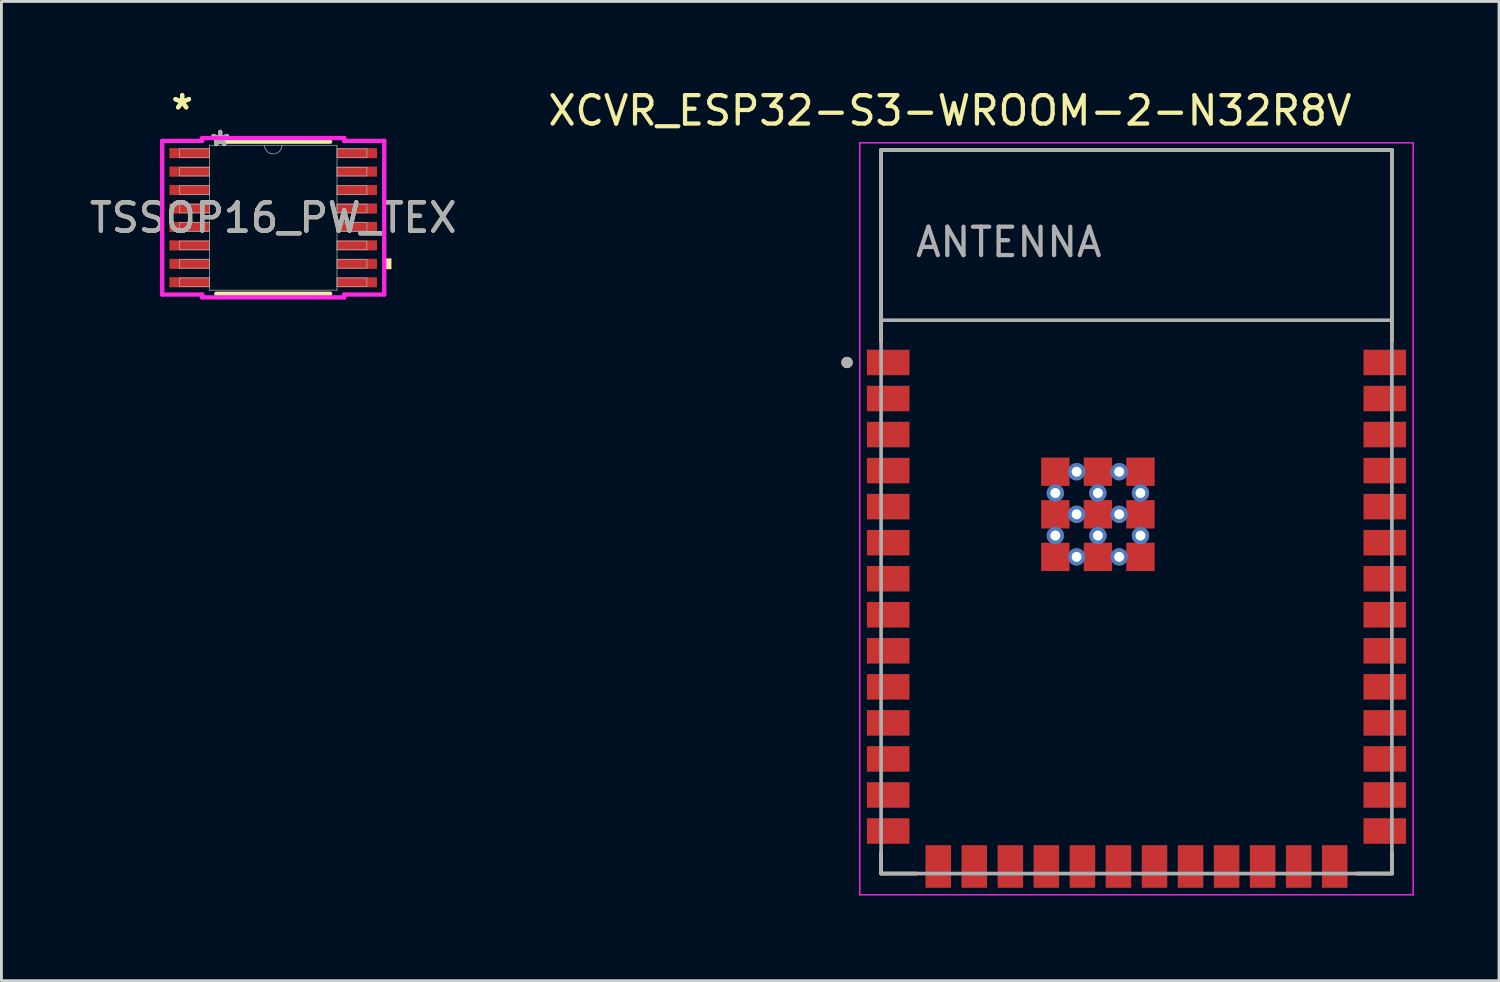
<source format=kicad_pcb>
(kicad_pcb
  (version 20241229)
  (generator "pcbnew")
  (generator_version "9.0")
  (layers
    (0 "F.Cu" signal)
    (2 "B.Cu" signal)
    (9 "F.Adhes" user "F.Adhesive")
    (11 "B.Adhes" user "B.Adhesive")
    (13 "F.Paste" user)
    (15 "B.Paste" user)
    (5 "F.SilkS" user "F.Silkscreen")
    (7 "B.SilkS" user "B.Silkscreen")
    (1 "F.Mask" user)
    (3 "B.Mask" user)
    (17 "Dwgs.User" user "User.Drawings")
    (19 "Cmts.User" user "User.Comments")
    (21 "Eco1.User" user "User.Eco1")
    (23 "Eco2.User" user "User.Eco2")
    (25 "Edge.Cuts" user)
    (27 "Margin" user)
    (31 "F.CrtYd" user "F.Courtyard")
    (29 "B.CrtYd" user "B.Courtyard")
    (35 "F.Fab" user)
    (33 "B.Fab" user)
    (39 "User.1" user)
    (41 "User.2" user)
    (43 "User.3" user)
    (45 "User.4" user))
  (footprint "XCVR_ESP32-S3-WROOM-2-N32R8V"
    (layer "F.Cu")
    (at 36.998 14.983)
    (property "Reference" "XCVR_ESP32-S3-WROOM-2-N32R8V" (at -6.575 -14.135 0) (layer "F.SilkS") (effects (font (size 1 1) (thickness 0.15))))
    (attr smd)
    (fp_line (start -9 -12.75) (end 9 -12.75) (stroke (width 0.127) (type solid)) (layer "F.SilkS"))
    (fp_line (start -9 -6.03) (end -9 -12.75) (stroke (width 0.127) (type solid)) (layer "F.SilkS"))
    (fp_line (start -9 12.02) (end -9 12.75) (stroke (width 0.127) (type solid)) (layer "F.SilkS"))
    (fp_line (start -9 12.75) (end -7.755 12.75) (stroke (width 0.127) (type solid)) (layer "F.SilkS"))
    (fp_line (start 9 -12.75) (end 9 -6.03) (stroke (width 0.127) (type solid)) (layer "F.SilkS"))
    (fp_line (start 9 12.02) (end 9 12.75) (stroke (width 0.127) (type solid)) (layer "F.SilkS"))
    (fp_line (start 9 12.75) (end 7.755 12.75) (stroke (width 0.127) (type solid)) (layer "F.SilkS"))
    (fp_circle (center -10.2 -5.26) (end -10.1 -5.26) (stroke (width 0.2) (type solid)) (fill no) (layer "F.SilkS"))
    (fp_line (start -9.75 -13) (end 9.75 -13) (stroke (width 0.05) (type solid)) (layer "F.CrtYd"))
    (fp_line (start -9.75 13.5) (end -9.75 -13) (stroke (width 0.05) (type solid)) (layer "F.CrtYd"))
    (fp_line (start -9.75 13.5) (end 9.75 13.5) (stroke (width 0.05) (type solid)) (layer "F.CrtYd"))
    (fp_line (start 9.75 -13) (end 9.75 13.5) (stroke (width 0.05) (type solid)) (layer "F.CrtYd"))
    (fp_line (start -9 -12.75) (end 9 -12.75) (stroke (width 0.127) (type solid)) (layer "F.Fab"))
    (fp_line (start -9 -6.75) (end -9 -12.75) (stroke (width 0.127) (type solid)) (layer "F.Fab"))
    (fp_line (start -9 -6.75) (end 9 -6.75) (stroke (width 0.127) (type solid)) (layer "F.Fab"))
    (fp_line (start -9 12.75) (end -9 -6.75) (stroke (width 0.127) (type solid)) (layer "F.Fab"))
    (fp_line (start 9 -12.75) (end 9 -6.75) (stroke (width 0.127) (type solid)) (layer "F.Fab"))
    (fp_line (start 9 -6.75) (end 9 12.75) (stroke (width 0.127) (type solid)) (layer "F.Fab"))
    (fp_line (start 9 12.75) (end -9 12.75) (stroke (width 0.127) (type solid)) (layer "F.Fab"))
    (fp_circle (center -10.2 -5.26) (end -10.1 -5.26) (stroke (width 0.2) (type solid)) (fill no) (layer "F.Fab"))
    (fp_text user "ANTENNA" (at -4.5 -9.5 0) (layer "F.Fab") (effects (font (size 1 1) (thickness 0.15))))
    (pad "1" smd rect (at -8.75 -5.26) (size 1.5 0.9) (layers "F.Cu" "F.Mask" "F.Paste"))
    (pad "2" smd rect (at -8.75 -3.99) (size 1.5 0.9) (layers "F.Cu" "F.Mask" "F.Paste"))
    (pad "3" smd rect (at -8.75 -2.72) (size 1.5 0.9) (layers "F.Cu" "F.Mask" "F.Paste"))
    (pad "4" smd rect (at -8.75 -1.45) (size 1.5 0.9) (layers "F.Cu" "F.Mask" "F.Paste"))
    (pad "5" smd rect (at -8.75 -0.18) (size 1.5 0.9) (layers "F.Cu" "F.Mask" "F.Paste"))
    (pad "6" smd rect (at -8.75 1.09) (size 1.5 0.9) (layers "F.Cu" "F.Mask" "F.Paste"))
    (pad "7" smd rect (at -8.75 2.36) (size 1.5 0.9) (layers "F.Cu" "F.Mask" "F.Paste"))
    (pad "8" smd rect (at -8.75 3.63) (size 1.5 0.9) (layers "F.Cu" "F.Mask" "F.Paste"))
    (pad "9" smd rect (at -8.75 4.9) (size 1.5 0.9) (layers "F.Cu" "F.Mask" "F.Paste"))
    (pad "10" smd rect (at -8.75 6.17) (size 1.5 0.9) (layers "F.Cu" "F.Mask" "F.Paste"))
    (pad "11" smd rect (at -8.75 7.44) (size 1.5 0.9) (layers "F.Cu" "F.Mask" "F.Paste"))
    (pad "12" smd rect (at -8.75 8.71) (size 1.5 0.9) (layers "F.Cu" "F.Mask" "F.Paste"))
    (pad "13" smd rect (at -8.75 9.98) (size 1.5 0.9) (layers "F.Cu" "F.Mask" "F.Paste"))
    (pad "14" smd rect (at -8.75 11.25) (size 1.5 0.9) (layers "F.Cu" "F.Mask" "F.Paste"))
    (pad "15" smd rect (at -6.985 12.5) (size 0.9 1.5) (layers "F.Cu" "F.Mask" "F.Paste"))
    (pad "16" smd rect (at -5.715 12.5) (size 0.9 1.5) (layers "F.Cu" "F.Mask" "F.Paste"))
    (pad "17" smd rect (at -4.445 12.5) (size 0.9 1.5) (layers "F.Cu" "F.Mask" "F.Paste"))
    (pad "18" smd rect (at -3.175 12.5) (size 0.9 1.5) (layers "F.Cu" "F.Mask" "F.Paste"))
    (pad "19" smd rect (at -1.905 12.5) (size 0.9 1.5) (layers "F.Cu" "F.Mask" "F.Paste"))
    (pad "20" smd rect (at -0.635 12.5) (size 0.9 1.5) (layers "F.Cu" "F.Mask" "F.Paste"))
    (pad "21" smd rect (at 0.635 12.5) (size 0.9 1.5) (layers "F.Cu" "F.Mask" "F.Paste"))
    (pad "22" smd rect (at 1.905 12.5) (size 0.9 1.5) (layers "F.Cu" "F.Mask" "F.Paste"))
    (pad "23" smd rect (at 3.175 12.5) (size 0.9 1.5) (layers "F.Cu" "F.Mask" "F.Paste"))
    (pad "24" smd rect (at 4.445 12.5) (size 0.9 1.5) (layers "F.Cu" "F.Mask" "F.Paste"))
    (pad "25" smd rect (at 5.715 12.5) (size 0.9 1.5) (layers "F.Cu" "F.Mask" "F.Paste"))
    (pad "26" smd rect (at 6.985 12.5) (size 0.9 1.5) (layers "F.Cu" "F.Mask" "F.Paste"))
    (pad "27" smd rect (at 8.75 11.25) (size 1.5 0.9) (layers "F.Cu" "F.Mask" "F.Paste"))
    (pad "28" smd rect (at 8.75 9.98) (size 1.5 0.9) (layers "F.Cu" "F.Mask" "F.Paste"))
    (pad "29" smd rect (at 8.75 8.71) (size 1.5 0.9) (layers "F.Cu" "F.Mask" "F.Paste"))
    (pad "30" smd rect (at 8.75 7.44) (size 1.5 0.9) (layers "F.Cu" "F.Mask" "F.Paste"))
    (pad "31" smd rect (at 8.75 6.17) (size 1.5 0.9) (layers "F.Cu" "F.Mask" "F.Paste"))
    (pad "32" smd rect (at 8.75 4.9) (size 1.5 0.9) (layers "F.Cu" "F.Mask" "F.Paste"))
    (pad "33" smd rect (at 8.75 3.63) (size 1.5 0.9) (layers "F.Cu" "F.Mask" "F.Paste"))
    (pad "34" smd rect (at 8.75 2.36) (size 1.5 0.9) (layers "F.Cu" "F.Mask" "F.Paste"))
    (pad "35" smd rect (at 8.75 1.09) (size 1.5 0.9) (layers "F.Cu" "F.Mask" "F.Paste"))
    (pad "36" smd rect (at 8.75 -0.18) (size 1.5 0.9) (layers "F.Cu" "F.Mask" "F.Paste"))
    (pad "37" smd rect (at 8.75 -1.45) (size 1.5 0.9) (layers "F.Cu" "F.Mask" "F.Paste"))
    (pad "38" smd rect (at 8.75 -2.72) (size 1.5 0.9) (layers "F.Cu" "F.Mask" "F.Paste"))
    (pad "39" smd rect (at 8.75 -3.99) (size 1.5 0.9) (layers "F.Cu" "F.Mask" "F.Paste"))
    (pad "40" smd rect (at 8.75 -5.26) (size 1.5 0.9) (layers "F.Cu" "F.Mask" "F.Paste"))
    (pad "41" smd rect (at -2.86 -1.41) (size 1 1) (layers "F.Cu" "F.Mask" "F.Paste"))
    (pad "41" thru_hole circle (at -2.86 -0.66) (size 0.61 0.61) (drill 0.35) (layers "*.Cu"))
    (pad "41" smd rect (at -2.86 0.09) (size 1 1) (layers "F.Cu" "F.Mask" "F.Paste"))
    (pad "41" thru_hole circle (at -2.86 0.84) (size 0.61 0.61) (drill 0.35) (layers "*.Cu"))
    (pad "41" smd rect (at -2.86 1.59) (size 1 1) (layers "F.Cu" "F.Mask" "F.Paste"))
    (pad "41" thru_hole circle (at -2.11 -1.41) (size 0.61 0.61) (drill 0.35) (layers "*.Cu"))
    (pad "41" thru_hole circle (at -2.11 0.09) (size 0.61 0.61) (drill 0.35) (layers "*.Cu"))
    (pad "41" thru_hole circle (at -2.11 1.59) (size 0.61 0.61) (drill 0.35) (layers "*.Cu"))
    (pad "41" smd rect (at -1.36 -1.41) (size 1 1) (layers "F.Cu" "F.Mask" "F.Paste"))
    (pad "41" thru_hole circle (at -1.36 -0.66) (size 0.61 0.61) (drill 0.35) (layers "*.Cu"))
    (pad "41" smd rect (at -1.36 0.09) (size 1 1) (layers "F.Cu" "F.Mask" "F.Paste"))
    (pad "41" thru_hole circle (at -1.36 0.84) (size 0.61 0.61) (drill 0.35) (layers "*.Cu"))
    (pad "41" smd rect (at -1.36 1.59) (size 1 1) (layers "F.Cu" "F.Mask" "F.Paste"))
    (pad "41" thru_hole circle (at -0.61 -1.41) (size 0.61 0.61) (drill 0.35) (layers "*.Cu"))
    (pad "41" thru_hole circle (at -0.61 0.09) (size 0.61 0.61) (drill 0.35) (layers "*.Cu"))
    (pad "41" thru_hole circle (at -0.61 1.59) (size 0.61 0.61) (drill 0.35) (layers "*.Cu"))
    (pad "41" smd rect (at 0.14 -1.41) (size 1 1) (layers "F.Cu" "F.Mask" "F.Paste"))
    (pad "41" thru_hole circle (at 0.14 -0.66) (size 0.61 0.61) (drill 0.35) (layers "*.Cu"))
    (pad "41" smd rect (at 0.14 0.09) (size 1 1) (layers "F.Cu" "F.Mask" "F.Paste"))
    (pad "41" thru_hole circle (at 0.14 0.84) (size 0.61 0.61) (drill 0.35) (layers "*.Cu"))
    (pad "41" smd rect (at 0.14 1.59) (size 1 1) (layers "F.Cu" "F.Mask" "F.Paste"))
    (zone (net_name "") (layer "F.Cu") (hatch full 0.508) (connect_pads) (min_thickness 0.01) (filled_areas_thickness no) (keepout (tracks not_allowed) (vias not_allowed) (pads not_allowed) (copperpour not_allowed) (footprints allowed)) (placement (enabled no)) (fill) (polygon (pts (xy 27.998 2.233) (xy 45.998 2.233) (xy 45.998 8.233) (xy 27.998 8.233))))
    (zone (net_name "") (layers "F.Cu" "B.Cu") (hatch full 0.508) (connect_pads) (min_thickness 0.01) (filled_areas_thickness no) (keepout (tracks allowed) (vias not_allowed) (pads allowed) (copperpour allowed) (footprints allowed)) (placement (enabled no)) (fill) (polygon (pts (xy 27.998 2.233) (xy 45.998 2.233) (xy 45.998 8.233) (xy 27.998 8.233))))
    (zone (net_name "") (layer "B.Cu") (hatch full 0.508) (connect_pads) (min_thickness 0.01) (filled_areas_thickness no) (keepout (tracks not_allowed) (vias not_allowed) (pads not_allowed) (copperpour not_allowed) (footprints allowed)) (placement (enabled no)) (fill) (polygon (pts (xy 27.998 2.233) (xy 45.998 2.233) (xy 45.998 8.233) (xy 27.998 8.233)))))
  (footprint "TSSOP16_PW_TEX"
    (layer "F.Cu")
    (at 6.577 4.622)
    (property "Reference" "TSSOP16_PW_TEX" (at 0 0 0) (unlocked yes) (layer "F.SilkS") (effects (font (size 1 1) (thickness 0.15))))
    (attr smd)
    (fp_line (start -2.005 2.68) (end 2.005 2.68) (stroke (width 0.152) (type solid)) (layer "F.SilkS"))
    (fp_line (start 2.005 -2.68) (end -2.005 -2.68) (stroke (width 0.152) (type solid)) (layer "F.SilkS"))
    (fp_poly (pts (xy 4.166 1.434) (xy 4.166 1.815) (xy 3.912 1.815) (xy 3.912 1.434)) (stroke (width 0) (type solid)) (fill yes) (layer "F.SilkS"))
    (fp_line (start -3.912 -2.707) (end -2.502 -2.707) (stroke (width 0.152) (type solid)) (layer "F.CrtYd"))
    (fp_line (start -3.912 2.707) (end -3.912 -2.707) (stroke (width 0.152) (type solid)) (layer "F.CrtYd"))
    (fp_line (start -3.912 2.707) (end -2.502 2.707) (stroke (width 0.152) (type solid)) (layer "F.CrtYd"))
    (fp_line (start -2.502 -2.807) (end 2.502 -2.807) (stroke (width 0.152) (type solid)) (layer "F.CrtYd"))
    (fp_line (start -2.502 -2.707) (end -2.502 -2.807) (stroke (width 0.152) (type solid)) (layer "F.CrtYd"))
    (fp_line (start -2.502 2.807) (end -2.502 2.707) (stroke (width 0.152) (type solid)) (layer "F.CrtYd"))
    (fp_line (start 2.502 -2.807) (end 2.502 -2.707) (stroke (width 0.152) (type solid)) (layer "F.CrtYd"))
    (fp_line (start 2.502 2.707) (end 2.502 2.807) (stroke (width 0.152) (type solid)) (layer "F.CrtYd"))
    (fp_line (start 2.502 2.807) (end -2.502 2.807) (stroke (width 0.152) (type solid)) (layer "F.CrtYd"))
    (fp_line (start 3.912 -2.707) (end 2.502 -2.707) (stroke (width 0.152) (type solid)) (layer "F.CrtYd"))
    (fp_line (start 3.912 -2.707) (end 3.912 2.707) (stroke (width 0.152) (type solid)) (layer "F.CrtYd"))
    (fp_line (start 3.912 2.707) (end 2.502 2.707) (stroke (width 0.152) (type solid)) (layer "F.CrtYd"))
    (fp_line (start -3.302 -2.427) (end -3.302 -2.123) (stroke (width 0.025) (type solid)) (layer "F.Fab"))
    (fp_line (start -3.302 -2.123) (end -2.248 -2.123) (stroke (width 0.025) (type solid)) (layer "F.Fab"))
    (fp_line (start -3.302 -1.777) (end -3.302 -1.473) (stroke (width 0.025) (type solid)) (layer "F.Fab"))
    (fp_line (start -3.302 -1.473) (end -2.248 -1.473) (stroke (width 0.025) (type solid)) (layer "F.Fab"))
    (fp_line (start -3.302 -1.127) (end -3.302 -0.823) (stroke (width 0.025) (type solid)) (layer "F.Fab"))
    (fp_line (start -3.302 -0.823) (end -2.248 -0.823) (stroke (width 0.025) (type solid)) (layer "F.Fab"))
    (fp_line (start -3.302 -0.477) (end -3.302 -0.173) (stroke (width 0.025) (type solid)) (layer "F.Fab"))
    (fp_line (start -3.302 -0.173) (end -2.248 -0.173) (stroke (width 0.025) (type solid)) (layer "F.Fab"))
    (fp_line (start -3.302 0.173) (end -3.302 0.477) (stroke (width 0.025) (type solid)) (layer "F.Fab"))
    (fp_line (start -3.302 0.477) (end -2.248 0.477) (stroke (width 0.025) (type solid)) (layer "F.Fab"))
    (fp_line (start -3.302 0.823) (end -3.302 1.127) (stroke (width 0.025) (type solid)) (layer "F.Fab"))
    (fp_line (start -3.302 1.127) (end -2.248 1.127) (stroke (width 0.025) (type solid)) (layer "F.Fab"))
    (fp_line (start -3.302 1.473) (end -3.302 1.777) (stroke (width 0.025) (type solid)) (layer "F.Fab"))
    (fp_line (start -3.302 1.777) (end -2.248 1.777) (stroke (width 0.025) (type solid)) (layer "F.Fab"))
    (fp_line (start -3.302 2.123) (end -3.302 2.427) (stroke (width 0.025) (type solid)) (layer "F.Fab"))
    (fp_line (start -3.302 2.427) (end -2.248 2.427) (stroke (width 0.025) (type solid)) (layer "F.Fab"))
    (fp_line (start -2.248 -2.553) (end -2.248 2.553) (stroke (width 0.025) (type solid)) (layer "F.Fab"))
    (fp_line (start -2.248 -2.427) (end -3.302 -2.427) (stroke (width 0.025) (type solid)) (layer "F.Fab"))
    (fp_line (start -2.248 -2.123) (end -2.248 -2.427) (stroke (width 0.025) (type solid)) (layer "F.Fab"))
    (fp_line (start -2.248 -1.777) (end -3.302 -1.777) (stroke (width 0.025) (type solid)) (layer "F.Fab"))
    (fp_line (start -2.248 -1.473) (end -2.248 -1.777) (stroke (width 0.025) (type solid)) (layer "F.Fab"))
    (fp_line (start -2.248 -1.127) (end -3.302 -1.127) (stroke (width 0.025) (type solid)) (layer "F.Fab"))
    (fp_line (start -2.248 -0.823) (end -2.248 -1.127) (stroke (width 0.025) (type solid)) (layer "F.Fab"))
    (fp_line (start -2.248 -0.477) (end -3.302 -0.477) (stroke (width 0.025) (type solid)) (layer "F.Fab"))
    (fp_line (start -2.248 -0.173) (end -2.248 -0.477) (stroke (width 0.025) (type solid)) (layer "F.Fab"))
    (fp_line (start -2.248 0.173) (end -3.302 0.173) (stroke (width 0.025) (type solid)) (layer "F.Fab"))
    (fp_line (start -2.248 0.477) (end -2.248 0.173) (stroke (width 0.025) (type solid)) (layer "F.Fab"))
    (fp_line (start -2.248 0.823) (end -3.302 0.823) (stroke (width 0.025) (type solid)) (layer "F.Fab"))
    (fp_line (start -2.248 1.127) (end -2.248 0.823) (stroke (width 0.025) (type solid)) (layer "F.Fab"))
    (fp_line (start -2.248 1.473) (end -3.302 1.473) (stroke (width 0.025) (type solid)) (layer "F.Fab"))
    (fp_line (start -2.248 1.777) (end -2.248 1.473) (stroke (width 0.025) (type solid)) (layer "F.Fab"))
    (fp_line (start -2.248 2.123) (end -3.302 2.123) (stroke (width 0.025) (type solid)) (layer "F.Fab"))
    (fp_line (start -2.248 2.427) (end -2.248 2.123) (stroke (width 0.025) (type solid)) (layer "F.Fab"))
    (fp_line (start -2.248 2.553) (end 2.248 2.553) (stroke (width 0.025) (type solid)) (layer "F.Fab"))
    (fp_line (start 2.248 -2.553) (end -2.248 -2.553) (stroke (width 0.025) (type solid)) (layer "F.Fab"))
    (fp_line (start 2.248 -2.427) (end 2.248 -2.123) (stroke (width 0.025) (type solid)) (layer "F.Fab"))
    (fp_line (start 2.248 -2.123) (end 3.302 -2.123) (stroke (width 0.025) (type solid)) (layer "F.Fab"))
    (fp_line (start 2.248 -1.777) (end 2.248 -1.473) (stroke (width 0.025) (type solid)) (layer "F.Fab"))
    (fp_line (start 2.248 -1.473) (end 3.302 -1.473) (stroke (width 0.025) (type solid)) (layer "F.Fab"))
    (fp_line (start 2.248 -1.127) (end 2.248 -0.823) (stroke (width 0.025) (type solid)) (layer "F.Fab"))
    (fp_line (start 2.248 -0.823) (end 3.302 -0.823) (stroke (width 0.025) (type solid)) (layer "F.Fab"))
    (fp_line (start 2.248 -0.477) (end 2.248 -0.173) (stroke (width 0.025) (type solid)) (layer "F.Fab"))
    (fp_line (start 2.248 -0.173) (end 3.302 -0.173) (stroke (width 0.025) (type solid)) (layer "F.Fab"))
    (fp_line (start 2.248 0.173) (end 2.248 0.477) (stroke (width 0.025) (type solid)) (layer "F.Fab"))
    (fp_line (start 2.248 0.477) (end 3.302 0.477) (stroke (width 0.025) (type solid)) (layer "F.Fab"))
    (fp_line (start 2.248 0.823) (end 2.248 1.127) (stroke (width 0.025) (type solid)) (layer "F.Fab"))
    (fp_line (start 2.248 1.127) (end 3.302 1.127) (stroke (width 0.025) (type solid)) (layer "F.Fab"))
    (fp_line (start 2.248 1.473) (end 2.248 1.777) (stroke (width 0.025) (type solid)) (layer "F.Fab"))
    (fp_line (start 2.248 1.777) (end 3.302 1.777) (stroke (width 0.025) (type solid)) (layer "F.Fab"))
    (fp_line (start 2.248 2.123) (end 2.248 2.427) (stroke (width 0.025) (type solid)) (layer "F.Fab"))
    (fp_line (start 2.248 2.427) (end 3.302 2.427) (stroke (width 0.025) (type solid)) (layer "F.Fab"))
    (fp_line (start 2.248 2.553) (end 2.248 -2.553) (stroke (width 0.025) (type solid)) (layer "F.Fab"))
    (fp_line (start 3.302 -2.427) (end 2.248 -2.427) (stroke (width 0.025) (type solid)) (layer "F.Fab"))
    (fp_line (start 3.302 -2.123) (end 3.302 -2.427) (stroke (width 0.025) (type solid)) (layer "F.Fab"))
    (fp_line (start 3.302 -1.777) (end 2.248 -1.777) (stroke (width 0.025) (type solid)) (layer "F.Fab"))
    (fp_line (start 3.302 -1.473) (end 3.302 -1.777) (stroke (width 0.025) (type solid)) (layer "F.Fab"))
    (fp_line (start 3.302 -1.127) (end 2.248 -1.127) (stroke (width 0.025) (type solid)) (layer "F.Fab"))
    (fp_line (start 3.302 -0.823) (end 3.302 -1.127) (stroke (width 0.025) (type solid)) (layer "F.Fab"))
    (fp_line (start 3.302 -0.477) (end 2.248 -0.477) (stroke (width 0.025) (type solid)) (layer "F.Fab"))
    (fp_line (start 3.302 -0.173) (end 3.302 -0.477) (stroke (width 0.025) (type solid)) (layer "F.Fab"))
    (fp_line (start 3.302 0.173) (end 2.248 0.173) (stroke (width 0.025) (type solid)) (layer "F.Fab"))
    (fp_line (start 3.302 0.477) (end 3.302 0.173) (stroke (width 0.025) (type solid)) (layer "F.Fab"))
    (fp_line (start 3.302 0.823) (end 2.248 0.823) (stroke (width 0.025) (type solid)) (layer "F.Fab"))
    (fp_line (start 3.302 1.127) (end 3.302 0.823) (stroke (width 0.025) (type solid)) (layer "F.Fab"))
    (fp_line (start 3.302 1.473) (end 2.248 1.473) (stroke (width 0.025) (type solid)) (layer "F.Fab"))
    (fp_line (start 3.302 1.777) (end 3.302 1.473) (stroke (width 0.025) (type solid)) (layer "F.Fab"))
    (fp_line (start 3.302 2.123) (end 2.248 2.123) (stroke (width 0.025) (type solid)) (layer "F.Fab"))
    (fp_line (start 3.302 2.427) (end 3.302 2.123) (stroke (width 0.025) (type solid)) (layer "F.Fab"))
    (fp_arc (start 0.3048 -2.5527) (mid 0 -2.2479) (end -0.3048 -2.5527) (stroke (width 0.0254) (type solid)) (layer "F.Fab"))
    (fp_text user "*" (at -3.207 -3.774 0) (unlocked yes) (layer "F.SilkS") (effects (font (size 1 1) (thickness 0.15))))
    (fp_text user "*" (at -3.207 -3.774 0) (layer "F.SilkS") (effects (font (size 1 1) (thickness 0.15))))
    (fp_text user "${REFERENCE}" (at 0 0 0) (unlocked yes) (layer "F.Fab") (effects (font (size 1 1) (thickness 0.15))))
    (fp_text user "*" (at -1.867 -2.477 0) (unlocked yes) (layer "F.Fab") (effects (font (size 1 1) (thickness 0.15))))
    (fp_text user "*" (at -1.867 -2.477 0) (layer "F.Fab") (effects (font (size 1 1) (thickness 0.15))))
    (pad "1" smd rect (at -2.953 -2.275) (size 1.41 0.356) (layers "F.Cu" "F.Mask" "F.Paste"))
    (pad "2" smd rect (at -2.953 -1.625) (size 1.41 0.356) (layers "F.Cu" "F.Mask" "F.Paste"))
    (pad "3" smd rect (at -2.953 -0.975) (size 1.41 0.356) (layers "F.Cu" "F.Mask" "F.Paste"))
    (pad "4" smd rect (at -2.953 -0.325) (size 1.41 0.356) (layers "F.Cu" "F.Mask" "F.Paste"))
    (pad "5" smd rect (at -2.953 0.325) (size 1.41 0.356) (layers "F.Cu" "F.Mask" "F.Paste"))
    (pad "6" smd rect (at -2.953 0.975) (size 1.41 0.356) (layers "F.Cu" "F.Mask" "F.Paste"))
    (pad "7" smd rect (at -2.953 1.625) (size 1.41 0.356) (layers "F.Cu" "F.Mask" "F.Paste"))
    (pad "8" smd rect (at -2.953 2.275) (size 1.41 0.356) (layers "F.Cu" "F.Mask" "F.Paste"))
    (pad "9" smd rect (at 2.953 2.275) (size 1.41 0.356) (layers "F.Cu" "F.Mask" "F.Paste"))
    (pad "10" smd rect (at 2.953 1.625) (size 1.41 0.356) (layers "F.Cu" "F.Mask" "F.Paste"))
    (pad "11" smd rect (at 2.953 0.975) (size 1.41 0.356) (layers "F.Cu" "F.Mask" "F.Paste"))
    (pad "12" smd rect (at 2.953 0.325) (size 1.41 0.356) (layers "F.Cu" "F.Mask" "F.Paste"))
    (pad "13" smd rect (at 2.953 -0.325) (size 1.41 0.356) (layers "F.Cu" "F.Mask" "F.Paste"))
    (pad "14" smd rect (at 2.953 -0.975) (size 1.41 0.356) (layers "F.Cu" "F.Mask" "F.Paste"))
    (pad "15" smd rect (at 2.953 -1.625) (size 1.41 0.356) (layers "F.Cu" "F.Mask" "F.Paste"))
    (pad "16" smd rect (at 2.953 -2.275) (size 1.41 0.356) (layers "F.Cu" "F.Mask" "F.Paste")))
  (gr_rect
    (start -3 -3)
    (end 49.773 31.508)
    (stroke (width 0.1) (type default))
    (fill no)
    (layer "Edge.Cuts")))
</source>
